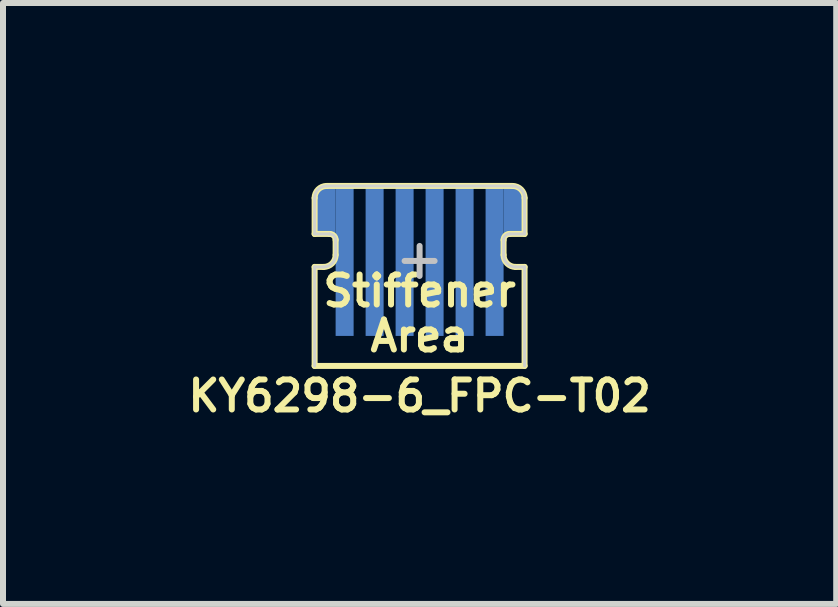
<source format=kicad_pcb>
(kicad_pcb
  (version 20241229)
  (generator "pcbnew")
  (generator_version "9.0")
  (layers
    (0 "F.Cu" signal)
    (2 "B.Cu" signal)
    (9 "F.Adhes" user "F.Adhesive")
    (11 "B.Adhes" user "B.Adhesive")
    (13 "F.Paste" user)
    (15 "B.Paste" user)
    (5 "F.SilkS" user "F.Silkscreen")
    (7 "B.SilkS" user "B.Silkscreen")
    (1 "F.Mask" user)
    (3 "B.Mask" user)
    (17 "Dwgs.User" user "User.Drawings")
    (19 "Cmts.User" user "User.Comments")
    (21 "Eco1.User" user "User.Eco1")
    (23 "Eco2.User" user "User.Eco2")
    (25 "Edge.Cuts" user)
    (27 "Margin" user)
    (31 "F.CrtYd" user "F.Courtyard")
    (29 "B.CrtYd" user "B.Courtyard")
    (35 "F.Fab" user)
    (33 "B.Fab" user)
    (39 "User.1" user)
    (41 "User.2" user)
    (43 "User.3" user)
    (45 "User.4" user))
  (footprint "KY6298-6_FPC-T02"
    (layer "F.Cu")
    (at 3.945 1.3)
    (property "Reference" "KY6298-6_FPC-T02" (at 0 2.25 0) (unlocked yes) (layer "F.SilkS") (effects (font (size 0.5 0.5) (thickness 0.1))))
    (attr smd)
    (fp_rect (start -1.4 -1.125) (end -1.1 1.125) (stroke (width 0.025) (type solid)) (fill yes) (layer "B.Mask"))
    (fp_rect (start -0.9 -1.125) (end -0.6 1.125) (stroke (width 0.025) (type solid)) (fill yes) (layer "B.Mask"))
    (fp_rect (start -0.4 -1.125) (end -0.1 1.125) (stroke (width 0.025) (type solid)) (fill yes) (layer "B.Mask"))
    (fp_rect (start 0.1 -1.125) (end 0.4 1.125) (stroke (width 0.025) (type solid)) (fill yes) (layer "B.Mask"))
    (fp_rect (start 0.6 -1.125) (end 0.9 1.125) (stroke (width 0.025) (type solid)) (fill yes) (layer "B.Mask"))
    (fp_rect (start 1.1 -1.125) (end 1.4 1.125) (stroke (width 0.025) (type solid)) (fill yes) (layer "B.Mask"))
    (fp_line (start -1.75 -1.05) (end -1.75 -0.45) (stroke (width 0.1) (type default)) (layer "F.SilkS"))
    (fp_line (start -1.75 -0.45) (end -1.5 -0.45) (stroke (width 0.1) (type default)) (layer "F.SilkS"))
    (fp_line (start -1.75 0.1) (end -1.75 1.75) (stroke (width 0.1) (type default)) (layer "F.SilkS"))
    (fp_line (start -1.75 1.75) (end 1.75 1.75) (stroke (width 0.1) (type default)) (layer "F.SilkS"))
    (fp_line (start -1.6 0.1) (end -1.75 0.1) (stroke (width 0.1) (type default)) (layer "F.SilkS"))
    (fp_line (start -1.4 -0.35) (end -1.4 -0.1) (stroke (width 0.1) (type default)) (layer "F.SilkS"))
    (fp_line (start 1.4 -0.1) (end 1.4 -0.35) (stroke (width 0.1) (type default)) (layer "F.SilkS"))
    (fp_line (start 1.5 -0.45) (end 1.75 -0.45) (stroke (width 0.1) (type default)) (layer "F.SilkS"))
    (fp_line (start 1.55 -1.25) (end -1.55 -1.25) (stroke (width 0.1) (type default)) (layer "F.SilkS"))
    (fp_line (start 1.75 -0.45) (end 1.75 -1.05) (stroke (width 0.1) (type default)) (layer "F.SilkS"))
    (fp_line (start 1.75 0.1) (end 1.6 0.1) (stroke (width 0.1) (type default)) (layer "F.SilkS"))
    (fp_line (start 1.75 1.75) (end 1.75 0.1) (stroke (width 0.1) (type default)) (layer "F.SilkS"))
    (fp_arc (start -1.75 -1.05) (mid -1.691421 -1.191421) (end -1.55 -1.25) (stroke (width 0.1) (type default)) (layer "F.SilkS"))
    (fp_arc (start -1.5 -0.45) (mid -1.429289 -0.420711) (end -1.4 -0.35) (stroke (width 0.1) (type default)) (layer "F.SilkS"))
    (fp_arc (start -1.4 -0.1) (mid -1.458579 0.041421) (end -1.6 0.1) (stroke (width 0.1) (type default)) (layer "F.SilkS"))
    (fp_arc (start 1.4 -0.35) (mid 1.429289 -0.420711) (end 1.5 -0.45) (stroke (width 0.1) (type default)) (layer "F.SilkS"))
    (fp_arc (start 1.55 -1.25) (mid 1.691421 -1.191421) (end 1.75 -1.05) (stroke (width 0.1) (type default)) (layer "F.SilkS"))
    (fp_arc (start 1.6 0.1) (mid 1.458579 0.041421) (end 1.4 -0.1) (stroke (width 0.1) (type default)) (layer "F.SilkS"))
    (fp_line (start -0.25 0) (end 0.25 0) (stroke (width 0.1) (type default)) (layer "Dwgs.User"))
    (fp_line (start 0 -0.25) (end 0 0.25) (stroke (width 0.1) (type default)) (layer "Dwgs.User"))
    (fp_line (start -1.75 -1.05) (end -1.75 -0.45) (stroke (width 0.05) (type default)) (layer "Edge.Cuts"))
    (fp_line (start -1.75 -0.45) (end -1.5 -0.45) (stroke (width 0.05) (type default)) (layer "Edge.Cuts"))
    (fp_line (start -1.75 0.1) (end -1.75 1.75) (stroke (width 0.05) (type default)) (layer "Edge.Cuts"))
    (fp_line (start -1.6 0.1) (end -1.75 0.1) (stroke (width 0.05) (type default)) (layer "Edge.Cuts"))
    (fp_line (start -1.55 -1.25) (end 1.55 -1.25) (stroke (width 0.05) (type default)) (layer "Edge.Cuts"))
    (fp_line (start -1.4 -0.35) (end -1.4 -0.1) (stroke (width 0.05) (type default)) (layer "Edge.Cuts"))
    (fp_line (start 1.4 -0.35) (end 1.4 -0.1) (stroke (width 0.05) (type default)) (layer "Edge.Cuts"))
    (fp_line (start 1.5 -0.45) (end 1.75 -0.45) (stroke (width 0.05) (type default)) (layer "Edge.Cuts"))
    (fp_line (start 1.6 0.1) (end 1.75 0.1) (stroke (width 0.05) (type default)) (layer "Edge.Cuts"))
    (fp_line (start 1.75 -0.45) (end 1.75 -1.05) (stroke (width 0.05) (type default)) (layer "Edge.Cuts"))
    (fp_line (start 1.75 0.1) (end 1.75 1.75) (stroke (width 0.05) (type default)) (layer "Edge.Cuts"))
    (fp_arc (start -1.75 -1.05) (mid -1.691421 -1.191421) (end -1.55 -1.25) (stroke (width 0.05) (type default)) (layer "Edge.Cuts"))
    (fp_arc (start -1.5 -0.45) (mid -1.429289 -0.420711) (end -1.4 -0.35) (stroke (width 0.05) (type default)) (layer "Edge.Cuts"))
    (fp_arc (start -1.4 -0.1) (mid -1.458579 0.041421) (end -1.6 0.1) (stroke (width 0.05) (type default)) (layer "Edge.Cuts"))
    (fp_arc (start 1.4 -0.35) (mid 1.429289 -0.420711) (end 1.5 -0.45) (stroke (width 0.05) (type default)) (layer "Edge.Cuts"))
    (fp_arc (start 1.55 -1.25) (mid 1.691421 -1.191421) (end 1.75 -1.05) (stroke (width 0.05) (type default)) (layer "Edge.Cuts"))
    (fp_arc (start 1.6 0.1) (mid 1.458579 0.041421) (end 1.4 -0.1) (stroke (width 0.05) (type default)) (layer "Edge.Cuts"))
    (fp_text user "Stiffener" (at 0 0.5 0) (unlocked yes) (layer "F.SilkS") (effects (font (size 0.5 0.5) (thickness 0.1) (bold yes))))
    (fp_text user "Area" (at 0 1.25 0) (unlocked yes) (layer "F.SilkS") (effects (font (size 0.5 0.5) (thickness 0.1) (bold yes))))
    (pad "1" connect rect (at 1.25 0 90) (size 2.5 0.3) (layers "B.Cu"))
    (pad "1" connect custom (at 1.575 -1.075) (size 0.3 0.3) (layers "B.Cu") (options (anchor circle)) (primitives (gr_poly (pts (arc (start 0.175 0.025) (mid 0.116421 -0.116421) (end -0.025 -0.175)) (xy -0.175 -0.175) (arc (start -0.175 0.725) (mid -0.145711 0.654289) (end -0.075 0.625)) (xy 0.175 0.625)) (width 0) (fill yes))))
    (pad "2" connect rect (at 0.75 0 90) (size 2.5 0.3) (layers "B.Cu"))
    (pad "3" connect rect (at 0.25 0 90) (size 2.5 0.3) (layers "B.Cu"))
    (pad "4" connect rect (at -0.25 0 90) (size 2.5 0.3) (layers "B.Cu"))
    (pad "5" connect rect (at -0.75 0 90) (size 2.5 0.3) (layers "B.Cu"))
    (pad "6" connect custom (at -1.575 -1.075) (size 0.3 0.3) (layers "B.Cu") (options (anchor circle)) (primitives (gr_poly (pts (arc (start -0.175 0.025) (mid -0.116421 -0.116421) (end 0.025 -0.175)) (xy 0.175 -0.175) (arc (start 0.175 0.725) (mid 0.145711 0.654289) (end 0.075 0.625)) (xy -0.175 0.625)) (width 0) (fill yes))))
    (pad "6" connect rect (at -1.25 0 90) (size 2.5 0.3) (layers "B.Cu")))
  (gr_rect
    (start -3 -3)
    (end 10.89 7.018)
    (stroke (width 0.1) (type default))
    (fill no)
    (layer "Edge.Cuts")))
</source>
